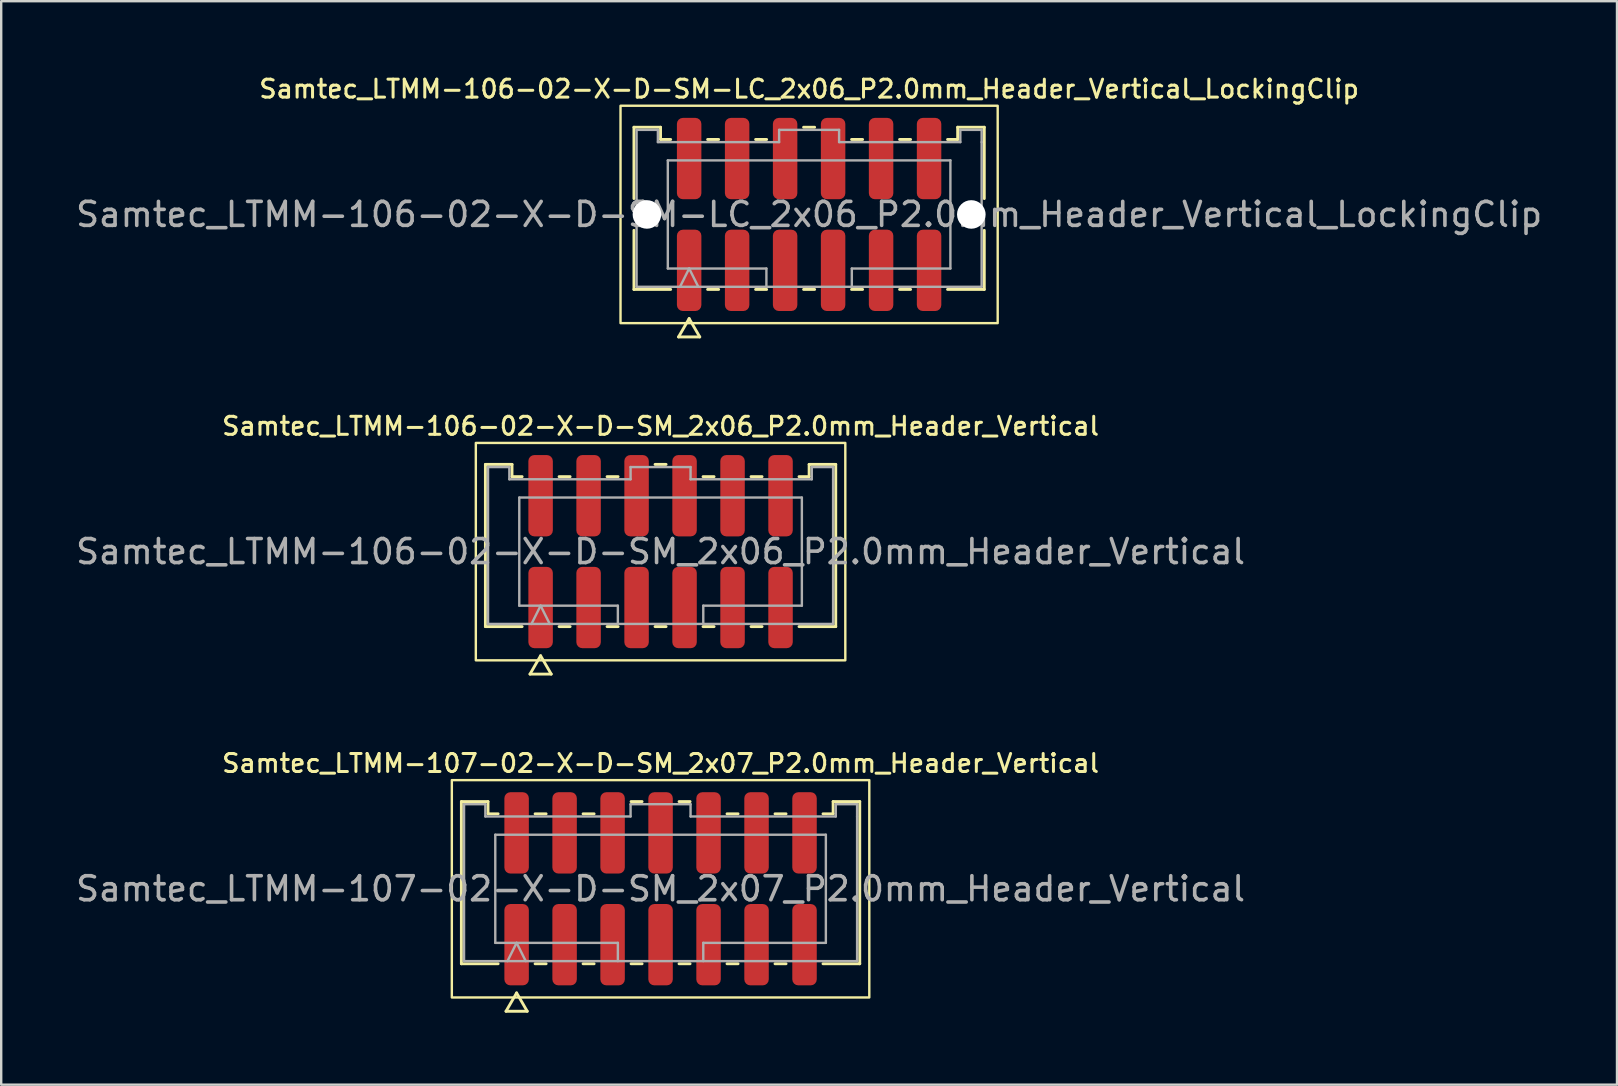
<source format=kicad_pcb>
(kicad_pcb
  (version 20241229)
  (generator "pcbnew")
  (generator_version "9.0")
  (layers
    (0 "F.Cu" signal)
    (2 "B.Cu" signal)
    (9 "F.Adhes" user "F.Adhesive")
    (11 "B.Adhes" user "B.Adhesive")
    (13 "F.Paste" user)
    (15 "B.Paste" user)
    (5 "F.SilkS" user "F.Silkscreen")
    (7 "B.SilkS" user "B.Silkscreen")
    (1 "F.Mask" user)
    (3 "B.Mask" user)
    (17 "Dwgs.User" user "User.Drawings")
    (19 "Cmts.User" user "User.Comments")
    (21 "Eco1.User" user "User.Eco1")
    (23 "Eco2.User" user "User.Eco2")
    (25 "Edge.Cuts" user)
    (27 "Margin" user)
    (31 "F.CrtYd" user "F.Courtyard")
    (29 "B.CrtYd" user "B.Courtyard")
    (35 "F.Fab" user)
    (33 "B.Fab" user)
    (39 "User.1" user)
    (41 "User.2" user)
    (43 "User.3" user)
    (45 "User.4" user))
  (footprint "Samtec_LTMM-106-02-X-D-SM_2x06_P2.0mm_Header_Vertical"
    (layer "F.Cu")
    (at 24.482 19.941)
    (property "Reference" "Samtec_LTMM-106-02-X-D-SM_2x06_P2.0mm_Header_Vertical" (at 0 -5.23 0) (layer "F.SilkS") (effects (font (size 0.75 0.75) (thickness 0.125))))
    (attr smd)
    (fp_line (start -7.301 -3.635) (end -6.192 -3.635) (stroke (width 0.12) (type solid)) (layer "F.SilkS"))
    (fp_line (start -7.301 3.125) (end -7.301 -3.635) (stroke (width 0.12) (type solid)) (layer "F.SilkS"))
    (fp_line (start -6.192 -3.635) (end -6.192 -3.125) (stroke (width 0.12) (type solid)) (layer "F.SilkS"))
    (fp_line (start -6.192 -3.125) (end -5.77 -3.125) (stroke (width 0.12) (type solid)) (layer "F.SilkS"))
    (fp_line (start -5.77 3.125) (end -7.301 3.125) (stroke (width 0.12) (type solid)) (layer "F.SilkS"))
    (fp_line (start -5.442 5.105) (end -5 4.34) (stroke (width 0.12) (type solid)) (layer "F.SilkS"))
    (fp_line (start -5 4.34) (end -4.558 5.105) (stroke (width 0.12) (type solid)) (layer "F.SilkS"))
    (fp_line (start -4.558 5.105) (end -5.442 5.105) (stroke (width 0.12) (type solid)) (layer "F.SilkS"))
    (fp_line (start -4.23 -3.125) (end -3.77 -3.125) (stroke (width 0.12) (type solid)) (layer "F.SilkS"))
    (fp_line (start -3.77 3.125) (end -4.23 3.125) (stroke (width 0.12) (type solid)) (layer "F.SilkS"))
    (fp_line (start -2.23 -3.125) (end -1.77 -3.125) (stroke (width 0.12) (type solid)) (layer "F.SilkS"))
    (fp_line (start -1.77 3.125) (end -2.23 3.125) (stroke (width 0.12) (type solid)) (layer "F.SilkS"))
    (fp_line (start -0.23 -3.635) (end 0.23 -3.635) (stroke (width 0.12) (type solid)) (layer "F.SilkS"))
    (fp_line (start 0.23 3.125) (end -0.23 3.125) (stroke (width 0.12) (type solid)) (layer "F.SilkS"))
    (fp_line (start 1.77 -3.125) (end 2.23 -3.125) (stroke (width 0.12) (type solid)) (layer "F.SilkS"))
    (fp_line (start 2.23 3.125) (end 1.77 3.125) (stroke (width 0.12) (type solid)) (layer "F.SilkS"))
    (fp_line (start 3.77 -3.125) (end 4.23 -3.125) (stroke (width 0.12) (type solid)) (layer "F.SilkS"))
    (fp_line (start 4.23 3.125) (end 3.77 3.125) (stroke (width 0.12) (type solid)) (layer "F.SilkS"))
    (fp_line (start 5.77 -3.125) (end 6.192 -3.125) (stroke (width 0.12) (type solid)) (layer "F.SilkS"))
    (fp_line (start 6.192 -3.635) (end 7.301 -3.635) (stroke (width 0.12) (type solid)) (layer "F.SilkS"))
    (fp_line (start 6.192 -3.125) (end 6.192 -3.635) (stroke (width 0.12) (type solid)) (layer "F.SilkS"))
    (fp_line (start 7.301 -3.635) (end 7.301 3.125) (stroke (width 0.12) (type solid)) (layer "F.SilkS"))
    (fp_line (start 7.301 3.125) (end 5.77 3.125) (stroke (width 0.12) (type solid)) (layer "F.SilkS"))
    (fp_rect (start -7.7 -4.53) (end 7.7 4.53) (stroke (width 0.1) (type solid)) (fill no) (layer "F.SilkS"))
    (fp_line (start -7.191 -3.525) (end -6.303 -3.525) (stroke (width 0.1) (type solid)) (layer "F.Fab"))
    (fp_line (start -7.191 3.015) (end -7.191 -3.525) (stroke (width 0.1) (type solid)) (layer "F.Fab"))
    (fp_line (start -6.303 -3.525) (end -6.303 -3.015) (stroke (width 0.1) (type solid)) (layer "F.Fab"))
    (fp_line (start -6.303 -3.015) (end -1.25 -3.015) (stroke (width 0.1) (type solid)) (layer "F.Fab"))
    (fp_line (start -5.889 -2.253) (end 5.889 -2.253) (stroke (width 0.1) (type solid)) (layer "F.Fab"))
    (fp_line (start -5.889 2.253) (end -5.889 -2.253) (stroke (width 0.1) (type solid)) (layer "F.Fab"))
    (fp_line (start -5.381 3.015) (end -5 2.253) (stroke (width 0.1) (type solid)) (layer "F.Fab"))
    (fp_line (start -5 2.253) (end -4.619 3.015) (stroke (width 0.1) (type solid)) (layer "F.Fab"))
    (fp_line (start -1.78 2.253) (end -5.889 2.253) (stroke (width 0.1) (type solid)) (layer "F.Fab"))
    (fp_line (start -1.78 3.015) (end -1.78 2.253) (stroke (width 0.1) (type solid)) (layer "F.Fab"))
    (fp_line (start -1.25 -3.525) (end 1.25 -3.525) (stroke (width 0.1) (type solid)) (layer "F.Fab"))
    (fp_line (start -1.25 -3.015) (end -1.25 -3.525) (stroke (width 0.1) (type solid)) (layer "F.Fab"))
    (fp_line (start 1.25 -3.525) (end 1.25 -3.015) (stroke (width 0.1) (type solid)) (layer "F.Fab"))
    (fp_line (start 1.25 -3.015) (end 6.303 -3.015) (stroke (width 0.1) (type solid)) (layer "F.Fab"))
    (fp_line (start 1.78 2.253) (end 1.78 3.015) (stroke (width 0.1) (type solid)) (layer "F.Fab"))
    (fp_line (start 5.889 -2.253) (end 5.889 2.253) (stroke (width 0.1) (type solid)) (layer "F.Fab"))
    (fp_line (start 5.889 2.253) (end 1.78 2.253) (stroke (width 0.1) (type solid)) (layer "F.Fab"))
    (fp_line (start 6.303 -3.525) (end 7.191 -3.525) (stroke (width 0.1) (type solid)) (layer "F.Fab"))
    (fp_line (start 6.303 -3.015) (end 6.303 -3.525) (stroke (width 0.1) (type solid)) (layer "F.Fab"))
    (fp_line (start 7.191 -3.525) (end 7.191 -3.015) (stroke (width 0.1) (type solid)) (layer "F.Fab"))
    (fp_line (start 7.191 -3.015) (end 7.191 3.015) (stroke (width 0.1) (type solid)) (layer "F.Fab"))
    (fp_line (start 7.191 3.015) (end -7.191 3.015) (stroke (width 0.1) (type solid)) (layer "F.Fab"))
    (fp_text user "${REFERENCE}" (at 0 0 0) (layer "F.Fab") (effects (font (size 1 1) (thickness 0.15))))
    (pad "1" smd roundrect (at -5 2.33) (size 1.02 3.39) (layers "F.Cu" "F.Mask" "F.Paste") (roundrect_rratio 0.245))
    (pad "2" smd roundrect (at -5 -2.33) (size 1.02 3.39) (layers "F.Cu" "F.Mask" "F.Paste") (roundrect_rratio 0.245))
    (pad "3" smd roundrect (at -3 2.33) (size 1.02 3.39) (layers "F.Cu" "F.Mask" "F.Paste") (roundrect_rratio 0.245))
    (pad "4" smd roundrect (at -3 -2.33) (size 1.02 3.39) (layers "F.Cu" "F.Mask" "F.Paste") (roundrect_rratio 0.245))
    (pad "5" smd roundrect (at -1 2.33) (size 1.02 3.39) (layers "F.Cu" "F.Mask" "F.Paste") (roundrect_rratio 0.245))
    (pad "6" smd roundrect (at -1 -2.33) (size 1.02 3.39) (layers "F.Cu" "F.Mask" "F.Paste") (roundrect_rratio 0.245))
    (pad "7" smd roundrect (at 1 2.33) (size 1.02 3.39) (layers "F.Cu" "F.Mask" "F.Paste") (roundrect_rratio 0.245))
    (pad "8" smd roundrect (at 1 -2.33) (size 1.02 3.39) (layers "F.Cu" "F.Mask" "F.Paste") (roundrect_rratio 0.245))
    (pad "9" smd roundrect (at 3 2.33) (size 1.02 3.39) (layers "F.Cu" "F.Mask" "F.Paste") (roundrect_rratio 0.245))
    (pad "10" smd roundrect (at 3 -2.33) (size 1.02 3.39) (layers "F.Cu" "F.Mask" "F.Paste") (roundrect_rratio 0.245))
    (pad "11" smd roundrect (at 5 2.33) (size 1.02 3.39) (layers "F.Cu" "F.Mask" "F.Paste") (roundrect_rratio 0.245))
    (pad "12" smd roundrect (at 5 -2.33) (size 1.02 3.39) (layers "F.Cu" "F.Mask" "F.Paste") (roundrect_rratio 0.245)))
  (footprint "Samtec_LTMM-107-02-X-D-SM_2x07_P2.0mm_Header_Vertical"
    (layer "F.Cu")
    (at 24.482 33.994)
    (property "Reference" "Samtec_LTMM-107-02-X-D-SM_2x07_P2.0mm_Header_Vertical" (at 0 -5.23 0) (layer "F.SilkS") (effects (font (size 0.75 0.75) (thickness 0.125))))
    (attr smd)
    (fp_line (start -8.302 -3.635) (end -7.192 -3.635) (stroke (width 0.12) (type solid)) (layer "F.SilkS"))
    (fp_line (start -8.302 3.125) (end -8.302 -3.635) (stroke (width 0.12) (type solid)) (layer "F.SilkS"))
    (fp_line (start -7.192 -3.635) (end -7.192 -3.125) (stroke (width 0.12) (type solid)) (layer "F.SilkS"))
    (fp_line (start -7.192 -3.125) (end -6.77 -3.125) (stroke (width 0.12) (type solid)) (layer "F.SilkS"))
    (fp_line (start -6.77 3.125) (end -8.302 3.125) (stroke (width 0.12) (type solid)) (layer "F.SilkS"))
    (fp_line (start -6.442 5.105) (end -6 4.34) (stroke (width 0.12) (type solid)) (layer "F.SilkS"))
    (fp_line (start -6 4.34) (end -5.558 5.105) (stroke (width 0.12) (type solid)) (layer "F.SilkS"))
    (fp_line (start -5.558 5.105) (end -6.442 5.105) (stroke (width 0.12) (type solid)) (layer "F.SilkS"))
    (fp_line (start -5.23 -3.125) (end -4.77 -3.125) (stroke (width 0.12) (type solid)) (layer "F.SilkS"))
    (fp_line (start -4.77 3.125) (end -5.23 3.125) (stroke (width 0.12) (type solid)) (layer "F.SilkS"))
    (fp_line (start -3.23 -3.125) (end -2.77 -3.125) (stroke (width 0.12) (type solid)) (layer "F.SilkS"))
    (fp_line (start -2.77 3.125) (end -3.23 3.125) (stroke (width 0.12) (type solid)) (layer "F.SilkS"))
    (fp_line (start -1.23 -3.635) (end -0.77 -3.635) (stroke (width 0.12) (type solid)) (layer "F.SilkS"))
    (fp_line (start -0.77 3.125) (end -1.23 3.125) (stroke (width 0.12) (type solid)) (layer "F.SilkS"))
    (fp_line (start 0.77 -3.635) (end 1.23 -3.635) (stroke (width 0.12) (type solid)) (layer "F.SilkS"))
    (fp_line (start 1.23 3.125) (end 0.77 3.125) (stroke (width 0.12) (type solid)) (layer "F.SilkS"))
    (fp_line (start 2.77 -3.125) (end 3.23 -3.125) (stroke (width 0.12) (type solid)) (layer "F.SilkS"))
    (fp_line (start 3.23 3.125) (end 2.77 3.125) (stroke (width 0.12) (type solid)) (layer "F.SilkS"))
    (fp_line (start 4.77 -3.125) (end 5.23 -3.125) (stroke (width 0.12) (type solid)) (layer "F.SilkS"))
    (fp_line (start 5.23 3.125) (end 4.77 3.125) (stroke (width 0.12) (type solid)) (layer "F.SilkS"))
    (fp_line (start 6.77 -3.125) (end 7.192 -3.125) (stroke (width 0.12) (type solid)) (layer "F.SilkS"))
    (fp_line (start 7.192 -3.635) (end 8.302 -3.635) (stroke (width 0.12) (type solid)) (layer "F.SilkS"))
    (fp_line (start 7.192 -3.125) (end 7.192 -3.635) (stroke (width 0.12) (type solid)) (layer "F.SilkS"))
    (fp_line (start 8.302 -3.635) (end 8.302 3.125) (stroke (width 0.12) (type solid)) (layer "F.SilkS"))
    (fp_line (start 8.302 3.125) (end 6.77 3.125) (stroke (width 0.12) (type solid)) (layer "F.SilkS"))
    (fp_rect (start -8.7 -4.53) (end 8.7 4.53) (stroke (width 0.1) (type solid)) (fill no) (layer "F.SilkS"))
    (fp_line (start -8.191 -3.525) (end -7.303 -3.525) (stroke (width 0.1) (type solid)) (layer "F.Fab"))
    (fp_line (start -8.191 3.015) (end -8.191 -3.525) (stroke (width 0.1) (type solid)) (layer "F.Fab"))
    (fp_line (start -7.303 -3.525) (end -7.303 -3.015) (stroke (width 0.1) (type solid)) (layer "F.Fab"))
    (fp_line (start -7.303 -3.015) (end -1.25 -3.015) (stroke (width 0.1) (type solid)) (layer "F.Fab"))
    (fp_line (start -6.889 -2.253) (end 6.889 -2.253) (stroke (width 0.1) (type solid)) (layer "F.Fab"))
    (fp_line (start -6.889 2.253) (end -6.889 -2.253) (stroke (width 0.1) (type solid)) (layer "F.Fab"))
    (fp_line (start -6.381 3.015) (end -6 2.253) (stroke (width 0.1) (type solid)) (layer "F.Fab"))
    (fp_line (start -6 2.253) (end -5.619 3.015) (stroke (width 0.1) (type solid)) (layer "F.Fab"))
    (fp_line (start -1.78 2.253) (end -6.889 2.253) (stroke (width 0.1) (type solid)) (layer "F.Fab"))
    (fp_line (start -1.78 3.015) (end -1.78 2.253) (stroke (width 0.1) (type solid)) (layer "F.Fab"))
    (fp_line (start -1.25 -3.525) (end 1.25 -3.525) (stroke (width 0.1) (type solid)) (layer "F.Fab"))
    (fp_line (start -1.25 -3.015) (end -1.25 -3.525) (stroke (width 0.1) (type solid)) (layer "F.Fab"))
    (fp_line (start 1.25 -3.525) (end 1.25 -3.015) (stroke (width 0.1) (type solid)) (layer "F.Fab"))
    (fp_line (start 1.25 -3.015) (end 7.303 -3.015) (stroke (width 0.1) (type solid)) (layer "F.Fab"))
    (fp_line (start 1.78 2.253) (end 1.78 3.015) (stroke (width 0.1) (type solid)) (layer "F.Fab"))
    (fp_line (start 6.889 -2.253) (end 6.889 2.253) (stroke (width 0.1) (type solid)) (layer "F.Fab"))
    (fp_line (start 6.889 2.253) (end 1.78 2.253) (stroke (width 0.1) (type solid)) (layer "F.Fab"))
    (fp_line (start 7.303 -3.525) (end 8.191 -3.525) (stroke (width 0.1) (type solid)) (layer "F.Fab"))
    (fp_line (start 7.303 -3.015) (end 7.303 -3.525) (stroke (width 0.1) (type solid)) (layer "F.Fab"))
    (fp_line (start 8.191 -3.525) (end 8.191 -3.015) (stroke (width 0.1) (type solid)) (layer "F.Fab"))
    (fp_line (start 8.191 -3.015) (end 8.191 3.015) (stroke (width 0.1) (type solid)) (layer "F.Fab"))
    (fp_line (start 8.191 3.015) (end -8.191 3.015) (stroke (width 0.1) (type solid)) (layer "F.Fab"))
    (fp_text user "${REFERENCE}" (at 0 0 0) (layer "F.Fab") (effects (font (size 1 1) (thickness 0.15))))
    (pad "1" smd roundrect (at -6 2.33) (size 1.02 3.39) (layers "F.Cu" "F.Mask" "F.Paste") (roundrect_rratio 0.245))
    (pad "2" smd roundrect (at -6 -2.33) (size 1.02 3.39) (layers "F.Cu" "F.Mask" "F.Paste") (roundrect_rratio 0.245))
    (pad "3" smd roundrect (at -4 2.33) (size 1.02 3.39) (layers "F.Cu" "F.Mask" "F.Paste") (roundrect_rratio 0.245))
    (pad "4" smd roundrect (at -4 -2.33) (size 1.02 3.39) (layers "F.Cu" "F.Mask" "F.Paste") (roundrect_rratio 0.245))
    (pad "5" smd roundrect (at -2 2.33) (size 1.02 3.39) (layers "F.Cu" "F.Mask" "F.Paste") (roundrect_rratio 0.245))
    (pad "6" smd roundrect (at -2 -2.33) (size 1.02 3.39) (layers "F.Cu" "F.Mask" "F.Paste") (roundrect_rratio 0.245))
    (pad "7" smd roundrect (at 0 2.33) (size 1.02 3.39) (layers "F.Cu" "F.Mask" "F.Paste") (roundrect_rratio 0.245))
    (pad "8" smd roundrect (at 0 -2.33) (size 1.02 3.39) (layers "F.Cu" "F.Mask" "F.Paste") (roundrect_rratio 0.245))
    (pad "9" smd roundrect (at 2 2.33) (size 1.02 3.39) (layers "F.Cu" "F.Mask" "F.Paste") (roundrect_rratio 0.245))
    (pad "10" smd roundrect (at 2 -2.33) (size 1.02 3.39) (layers "F.Cu" "F.Mask" "F.Paste") (roundrect_rratio 0.245))
    (pad "11" smd roundrect (at 4 2.33) (size 1.02 3.39) (layers "F.Cu" "F.Mask" "F.Paste") (roundrect_rratio 0.245))
    (pad "12" smd roundrect (at 4 -2.33) (size 1.02 3.39) (layers "F.Cu" "F.Mask" "F.Paste") (roundrect_rratio 0.245))
    (pad "13" smd roundrect (at 6 2.33) (size 1.02 3.39) (layers "F.Cu" "F.Mask" "F.Paste") (roundrect_rratio 0.245))
    (pad "14" smd roundrect (at 6 -2.33) (size 1.02 3.39) (layers "F.Cu" "F.Mask" "F.Paste") (roundrect_rratio 0.245)))
  (footprint "Samtec_LTMM-106-02-X-D-SM-LC_2x06_P2.0mm_Header_Vertical_LockingClip"
    (layer "F.Cu")
    (at 30.673 5.888)
    (property "Reference" "Samtec_LTMM-106-02-X-D-SM-LC_2x06_P2.0mm_Header_Vertical_LockingClip" (at 0 -5.23 0) (layer "F.SilkS") (effects (font (size 0.75 0.75) (thickness 0.125))))
    (attr smd)
    (fp_line (start -7.301 -3.635) (end -6.192 -3.635) (stroke (width 0.12) (type solid)) (layer "F.SilkS"))
    (fp_line (start -7.301 -0.662) (end -7.301 -3.635) (stroke (width 0.12) (type solid)) (layer "F.SilkS"))
    (fp_line (start -7.301 3.125) (end -7.301 0.662) (stroke (width 0.12) (type solid)) (layer "F.SilkS"))
    (fp_line (start -6.192 -3.635) (end -6.192 -3.125) (stroke (width 0.12) (type solid)) (layer "F.SilkS"))
    (fp_line (start -6.192 -3.125) (end -5.77 -3.125) (stroke (width 0.12) (type solid)) (layer "F.SilkS"))
    (fp_line (start -5.77 3.125) (end -7.301 3.125) (stroke (width 0.12) (type solid)) (layer "F.SilkS"))
    (fp_line (start -5.442 5.105) (end -5 4.34) (stroke (width 0.12) (type solid)) (layer "F.SilkS"))
    (fp_line (start -5 4.34) (end -4.558 5.105) (stroke (width 0.12) (type solid)) (layer "F.SilkS"))
    (fp_line (start -4.558 5.105) (end -5.442 5.105) (stroke (width 0.12) (type solid)) (layer "F.SilkS"))
    (fp_line (start -4.23 -3.125) (end -3.77 -3.125) (stroke (width 0.12) (type solid)) (layer "F.SilkS"))
    (fp_line (start -3.77 3.125) (end -4.23 3.125) (stroke (width 0.12) (type solid)) (layer "F.SilkS"))
    (fp_line (start -2.23 -3.125) (end -1.77 -3.125) (stroke (width 0.12) (type solid)) (layer "F.SilkS"))
    (fp_line (start -1.77 3.125) (end -2.23 3.125) (stroke (width 0.12) (type solid)) (layer "F.SilkS"))
    (fp_line (start -0.23 -3.635) (end 0.23 -3.635) (stroke (width 0.12) (type solid)) (layer "F.SilkS"))
    (fp_line (start 0.23 3.125) (end -0.23 3.125) (stroke (width 0.12) (type solid)) (layer "F.SilkS"))
    (fp_line (start 1.77 -3.125) (end 2.23 -3.125) (stroke (width 0.12) (type solid)) (layer "F.SilkS"))
    (fp_line (start 2.23 3.125) (end 1.77 3.125) (stroke (width 0.12) (type solid)) (layer "F.SilkS"))
    (fp_line (start 3.77 -3.125) (end 4.23 -3.125) (stroke (width 0.12) (type solid)) (layer "F.SilkS"))
    (fp_line (start 4.23 3.125) (end 3.77 3.125) (stroke (width 0.12) (type solid)) (layer "F.SilkS"))
    (fp_line (start 5.77 -3.125) (end 6.192 -3.125) (stroke (width 0.12) (type solid)) (layer "F.SilkS"))
    (fp_line (start 6.192 -3.635) (end 7.301 -3.635) (stroke (width 0.12) (type solid)) (layer "F.SilkS"))
    (fp_line (start 6.192 -3.125) (end 6.192 -3.635) (stroke (width 0.12) (type solid)) (layer "F.SilkS"))
    (fp_line (start 7.301 -3.635) (end 7.301 -0.662) (stroke (width 0.12) (type solid)) (layer "F.SilkS"))
    (fp_line (start 7.301 0.662) (end 7.301 3.125) (stroke (width 0.12) (type solid)) (layer "F.SilkS"))
    (fp_line (start 7.301 3.125) (end 5.77 3.125) (stroke (width 0.12) (type solid)) (layer "F.SilkS"))
    (fp_rect (start -7.86 -4.53) (end 7.86 4.53) (stroke (width 0.1) (type solid)) (fill no) (layer "F.SilkS"))
    (fp_line (start -7.191 -3.525) (end -6.303 -3.525) (stroke (width 0.1) (type solid)) (layer "F.Fab"))
    (fp_line (start -7.191 3.015) (end -7.191 -3.525) (stroke (width 0.1) (type solid)) (layer "F.Fab"))
    (fp_line (start -6.303 -3.525) (end -6.303 -3.015) (stroke (width 0.1) (type solid)) (layer "F.Fab"))
    (fp_line (start -6.303 -3.015) (end -1.25 -3.015) (stroke (width 0.1) (type solid)) (layer "F.Fab"))
    (fp_line (start -5.889 -2.253) (end 5.889 -2.253) (stroke (width 0.1) (type solid)) (layer "F.Fab"))
    (fp_line (start -5.889 2.253) (end -5.889 -2.253) (stroke (width 0.1) (type solid)) (layer "F.Fab"))
    (fp_line (start -5.381 3.015) (end -5 2.253) (stroke (width 0.1) (type solid)) (layer "F.Fab"))
    (fp_line (start -5 2.253) (end -4.619 3.015) (stroke (width 0.1) (type solid)) (layer "F.Fab"))
    (fp_line (start -1.78 2.253) (end -5.889 2.253) (stroke (width 0.1) (type solid)) (layer "F.Fab"))
    (fp_line (start -1.78 3.015) (end -1.78 2.253) (stroke (width 0.1) (type solid)) (layer "F.Fab"))
    (fp_line (start -1.25 -3.525) (end 1.25 -3.525) (stroke (width 0.1) (type solid)) (layer "F.Fab"))
    (fp_line (start -1.25 -3.015) (end -1.25 -3.525) (stroke (width 0.1) (type solid)) (layer "F.Fab"))
    (fp_line (start 1.25 -3.525) (end 1.25 -3.015) (stroke (width 0.1) (type solid)) (layer "F.Fab"))
    (fp_line (start 1.25 -3.015) (end 6.303 -3.015) (stroke (width 0.1) (type solid)) (layer "F.Fab"))
    (fp_line (start 1.78 2.253) (end 1.78 3.015) (stroke (width 0.1) (type solid)) (layer "F.Fab"))
    (fp_line (start 5.889 -2.253) (end 5.889 2.253) (stroke (width 0.1) (type solid)) (layer "F.Fab"))
    (fp_line (start 5.889 2.253) (end 1.78 2.253) (stroke (width 0.1) (type solid)) (layer "F.Fab"))
    (fp_line (start 6.303 -3.525) (end 7.191 -3.525) (stroke (width 0.1) (type solid)) (layer "F.Fab"))
    (fp_line (start 6.303 -3.015) (end 6.303 -3.525) (stroke (width 0.1) (type solid)) (layer "F.Fab"))
    (fp_line (start 7.191 -3.525) (end 7.191 -3.015) (stroke (width 0.1) (type solid)) (layer "F.Fab"))
    (fp_line (start 7.191 -3.015) (end 7.191 3.015) (stroke (width 0.1) (type solid)) (layer "F.Fab"))
    (fp_line (start 7.191 3.015) (end -7.191 3.015) (stroke (width 0.1) (type solid)) (layer "F.Fab"))
    (fp_text user "${REFERENCE}" (at 0 0 0) (layer "F.Fab") (effects (font (size 1 1) (thickness 0.15))))
    (pad "" np_thru_hole circle (at -6.76 0) (size 1.19 1.19) (drill 1.19) (layers "*.Cu" "*.Mask"))
    (pad "" np_thru_hole circle (at 6.76 0) (size 1.19 1.19) (drill 1.19) (layers "*.Cu" "*.Mask"))
    (pad "1" smd roundrect (at -5 2.33) (size 1.02 3.39) (layers "F.Cu" "F.Mask" "F.Paste") (roundrect_rratio 0.245))
    (pad "2" smd roundrect (at -5 -2.33) (size 1.02 3.39) (layers "F.Cu" "F.Mask" "F.Paste") (roundrect_rratio 0.245))
    (pad "3" smd roundrect (at -3 2.33) (size 1.02 3.39) (layers "F.Cu" "F.Mask" "F.Paste") (roundrect_rratio 0.245))
    (pad "4" smd roundrect (at -3 -2.33) (size 1.02 3.39) (layers "F.Cu" "F.Mask" "F.Paste") (roundrect_rratio 0.245))
    (pad "5" smd roundrect (at -1 2.33) (size 1.02 3.39) (layers "F.Cu" "F.Mask" "F.Paste") (roundrect_rratio 0.245))
    (pad "6" smd roundrect (at -1 -2.33) (size 1.02 3.39) (layers "F.Cu" "F.Mask" "F.Paste") (roundrect_rratio 0.245))
    (pad "7" smd roundrect (at 1 2.33) (size 1.02 3.39) (layers "F.Cu" "F.Mask" "F.Paste") (roundrect_rratio 0.245))
    (pad "8" smd roundrect (at 1 -2.33) (size 1.02 3.39) (layers "F.Cu" "F.Mask" "F.Paste") (roundrect_rratio 0.245))
    (pad "9" smd roundrect (at 3 2.33) (size 1.02 3.39) (layers "F.Cu" "F.Mask" "F.Paste") (roundrect_rratio 0.245))
    (pad "10" smd roundrect (at 3 -2.33) (size 1.02 3.39) (layers "F.Cu" "F.Mask" "F.Paste") (roundrect_rratio 0.245))
    (pad "11" smd roundrect (at 5 2.33) (size 1.02 3.39) (layers "F.Cu" "F.Mask" "F.Paste") (roundrect_rratio 0.245))
    (pad "12" smd roundrect (at 5 -2.33) (size 1.02 3.39) (layers "F.Cu" "F.Mask" "F.Paste") (roundrect_rratio 0.245)))
  (gr_rect
    (start -3 -3)
    (end 64.345 42.159)
    (stroke (width 0.1) (type default))
    (fill no)
    (layer "Edge.Cuts")))
</source>
